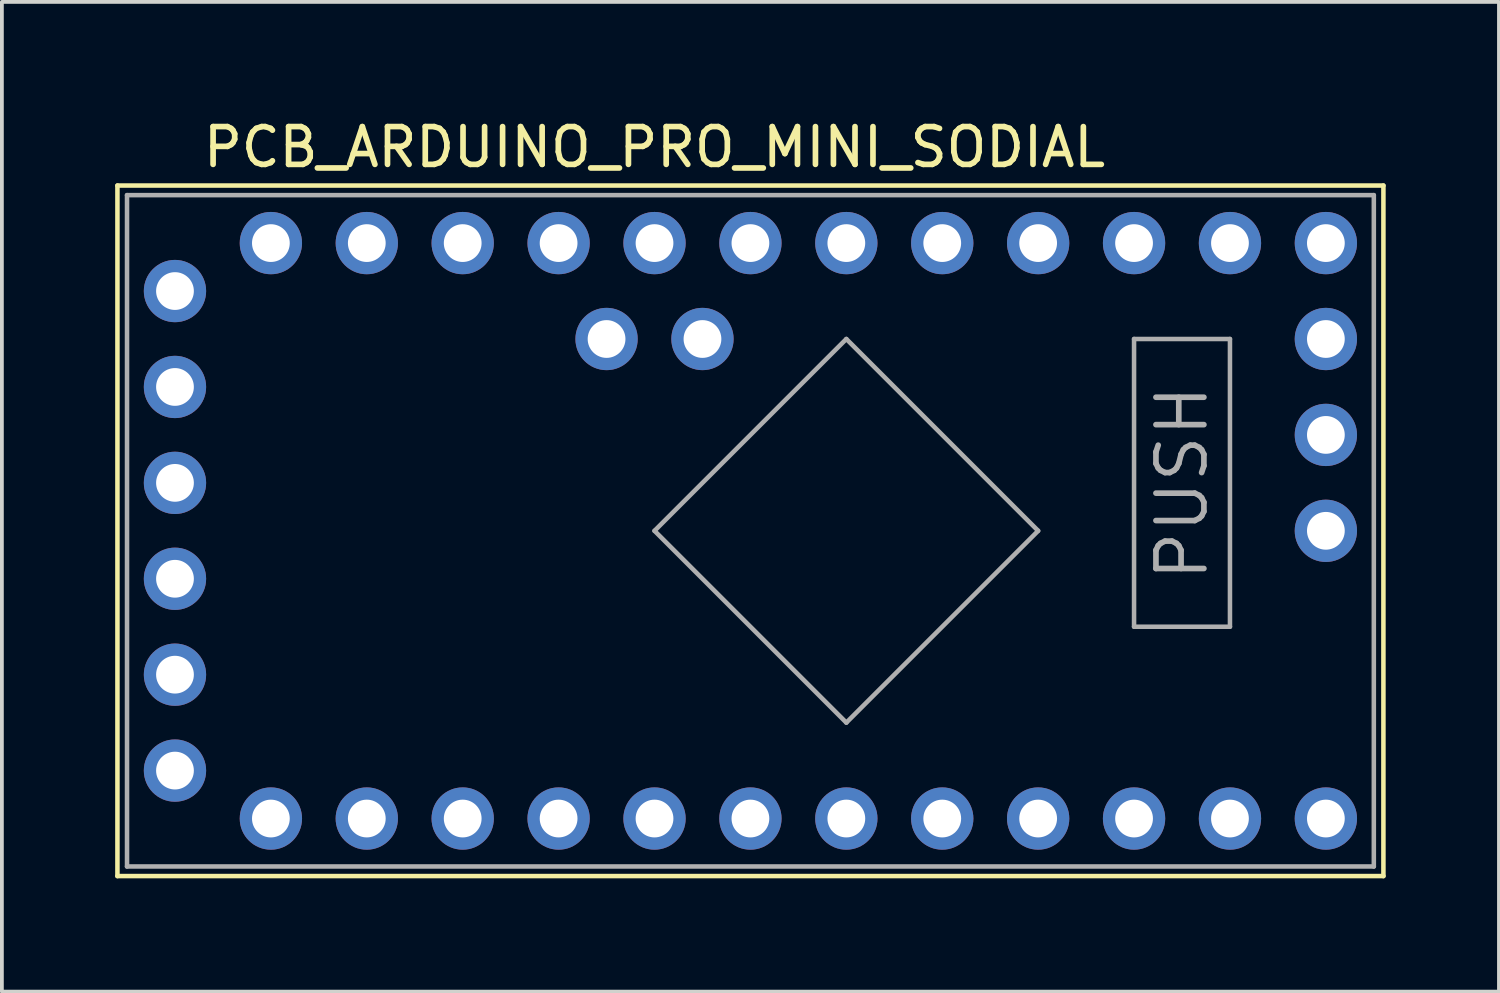
<source format=kicad_pcb>
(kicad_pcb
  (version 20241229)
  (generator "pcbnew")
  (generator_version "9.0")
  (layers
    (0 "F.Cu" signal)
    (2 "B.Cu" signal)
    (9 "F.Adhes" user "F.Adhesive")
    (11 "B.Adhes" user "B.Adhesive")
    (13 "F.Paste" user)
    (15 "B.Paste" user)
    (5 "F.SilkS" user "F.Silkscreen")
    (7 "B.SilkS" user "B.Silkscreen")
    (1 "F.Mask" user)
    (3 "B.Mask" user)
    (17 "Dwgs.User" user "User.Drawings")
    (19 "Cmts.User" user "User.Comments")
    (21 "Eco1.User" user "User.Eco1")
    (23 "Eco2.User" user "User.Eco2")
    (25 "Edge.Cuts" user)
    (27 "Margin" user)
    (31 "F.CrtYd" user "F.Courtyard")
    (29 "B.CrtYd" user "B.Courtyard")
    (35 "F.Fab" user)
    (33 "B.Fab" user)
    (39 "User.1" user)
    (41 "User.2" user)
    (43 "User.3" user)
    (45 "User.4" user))
  (footprint "PCB_ARDUINO_PRO_MINI_SODIAL"
    (layer "F.Cu")
    (at 4.124 3.388)
    (property "Reference" "PCB_ARDUINO_PRO_MINI_SODIAL" (at 10.16 -2.54 0) (layer "F.SilkS") (effects (font (size 1 1) (thickness 0.15))))
    (attr through_hole)
    (fp_line (start -4.064 -1.524) (end -4.064 16.764) (stroke (width 0.12) (type solid)) (layer "F.SilkS"))
    (fp_line (start -4.064 16.764) (end 29.464 16.764) (stroke (width 0.12) (type solid)) (layer "F.SilkS"))
    (fp_line (start 29.464 -1.524) (end -4.064 -1.524) (stroke (width 0.12) (type solid)) (layer "F.SilkS"))
    (fp_line (start 29.464 16.764) (end 29.464 -1.524) (stroke (width 0.12) (type solid)) (layer "F.SilkS"))
    (fp_line (start -3.81 -1.27) (end 29.21 -1.27) (stroke (width 0.12) (type solid)) (layer "F.Fab"))
    (fp_line (start -3.81 16.51) (end -3.81 -1.27) (stroke (width 0.12) (type solid)) (layer "F.Fab"))
    (fp_line (start 10.16 7.62) (end 15.24 12.7) (stroke (width 0.12) (type solid)) (layer "F.Fab"))
    (fp_line (start 15.24 2.54) (end 10.16 7.62) (stroke (width 0.12) (type solid)) (layer "F.Fab"))
    (fp_line (start 15.24 12.7) (end 20.32 7.62) (stroke (width 0.12) (type solid)) (layer "F.Fab"))
    (fp_line (start 20.32 7.62) (end 15.24 2.54) (stroke (width 0.12) (type solid)) (layer "F.Fab"))
    (fp_line (start 22.86 2.54) (end 25.4 2.54) (stroke (width 0.12) (type solid)) (layer "F.Fab"))
    (fp_line (start 22.86 10.16) (end 22.86 2.54) (stroke (width 0.12) (type solid)) (layer "F.Fab"))
    (fp_line (start 25.4 2.54) (end 25.4 10.16) (stroke (width 0.12) (type solid)) (layer "F.Fab"))
    (fp_line (start 25.4 10.16) (end 22.86 10.16) (stroke (width 0.12) (type solid)) (layer "F.Fab"))
    (fp_line (start 29.21 -1.27) (end 29.21 16.51) (stroke (width 0.12) (type solid)) (layer "F.Fab"))
    (fp_line (start 29.21 16.51) (end -3.81 16.51) (stroke (width 0.12) (type solid)) (layer "F.Fab"))
    (fp_text user "PUSH" (at 24.13 6.35 90) (layer "F.Fab") (effects (font (size 1.27 1.27) (thickness 0.15))))
    (pad "A0" thru_hole circle (at 17.78 0) (size 1.65 1.65) (drill 1) (layers "*.Cu" "*.Mask"))
    (pad "A1" thru_hole circle (at 15.24 0) (size 1.65 1.65) (drill 1) (layers "*.Cu" "*.Mask"))
    (pad "A2" thru_hole circle (at 12.7 0) (size 1.65 1.65) (drill 1) (layers "*.Cu" "*.Mask"))
    (pad "A3" thru_hole circle (at 10.16 0) (size 1.65 1.65) (drill 1) (layers "*.Cu" "*.Mask"))
    (pad "A4" thru_hole circle (at 11.43 2.54) (size 1.65 1.65) (drill 1) (layers "*.Cu" "*.Mask"))
    (pad "A5" thru_hole circle (at 8.89 2.54) (size 1.65 1.65) (drill 1) (layers "*.Cu" "*.Mask"))
    (pad "A6" thru_hole circle (at 27.94 5.08) (size 1.65 1.65) (drill 1) (layers "*.Cu" "*.Mask"))
    (pad "A7" thru_hole circle (at 27.94 2.54) (size 1.65 1.65) (drill 1) (layers "*.Cu" "*.Mask"))
    (pad "D2" thru_hole circle (at 10.16 15.24) (size 1.65 1.65) (drill 1) (layers "*.Cu" "*.Mask"))
    (pad "D3" thru_hole circle (at 12.7 15.24) (size 1.65 1.65) (drill 1) (layers "*.Cu" "*.Mask"))
    (pad "D4" thru_hole circle (at 15.24 15.24) (size 1.65 1.65) (drill 1) (layers "*.Cu" "*.Mask"))
    (pad "D5" thru_hole circle (at 17.78 15.24) (size 1.65 1.65) (drill 1) (layers "*.Cu" "*.Mask"))
    (pad "D6" thru_hole circle (at 20.32 15.24) (size 1.65 1.65) (drill 1) (layers "*.Cu" "*.Mask"))
    (pad "D7" thru_hole circle (at 22.86 15.24) (size 1.65 1.65) (drill 1) (layers "*.Cu" "*.Mask"))
    (pad "D8" thru_hole circle (at 25.4 15.24) (size 1.65 1.65) (drill 1) (layers "*.Cu" "*.Mask"))
    (pad "D9" thru_hole circle (at 27.94 15.24) (size 1.65 1.65) (drill 1) (layers "*.Cu" "*.Mask"))
    (pad "D10" thru_hole circle (at 27.94 0) (size 1.65 1.65) (drill 1) (layers "*.Cu" "*.Mask"))
    (pad "D11" thru_hole circle (at 25.4 0) (size 1.65 1.65) (drill 1) (layers "*.Cu" "*.Mask"))
    (pad "D12" thru_hole circle (at 22.86 0) (size 1.65 1.65) (drill 1) (layers "*.Cu" "*.Mask"))
    (pad "D13" thru_hole circle (at 20.32 0) (size 1.65 1.65) (drill 1) (layers "*.Cu" "*.Mask"))
    (pad "DTR" thru_hole circle (at -2.54 13.97) (size 1.65 1.65) (drill 1) (layers "*.Cu" "*.Mask"))
    (pad "GND" thru_hole circle (at -2.54 1.27) (size 1.65 1.65) (drill 1) (layers "*.Cu" "*.Mask"))
    (pad "GND" thru_hole circle (at -2.54 3.81) (size 1.65 1.65) (drill 1) (layers "*.Cu" "*.Mask"))
    (pad "GND" thru_hole circle (at 2.54 0) (size 1.65 1.65) (drill 1) (layers "*.Cu" "*.Mask"))
    (pad "GND" thru_hole circle (at 7.62 15.24) (size 1.65 1.65) (drill 1) (layers "*.Cu" "*.Mask"))
    (pad "GND" thru_hole circle (at 27.94 7.62) (size 1.65 1.65) (drill 1) (layers "*.Cu" "*.Mask"))
    (pad "RAW" thru_hole circle (at 0 0) (size 1.65 1.65) (drill 1) (layers "*.Cu" "*.Mask"))
    (pad "RESET" thru_hole circle (at 5.08 0) (size 1.65 1.65) (drill 1) (layers "*.Cu" "*.Mask"))
    (pad "RESET" thru_hole circle (at 5.08 15.24) (size 1.65 1.65) (drill 1) (layers "*.Cu" "*.Mask"))
    (pad "RXI" thru_hole circle (at -2.54 8.89) (size 1.65 1.65) (drill 1) (layers "*.Cu" "*.Mask"))
    (pad "RXI" thru_hole circle (at 2.54 15.24) (size 1.65 1.65) (drill 1) (layers "*.Cu" "*.Mask"))
    (pad "TXO" thru_hole circle (at -2.54 11.43) (size 1.65 1.65) (drill 1) (layers "*.Cu" "*.Mask"))
    (pad "TXO" thru_hole circle (at 0 15.24) (size 1.65 1.65) (drill 1) (layers "*.Cu" "*.Mask"))
    (pad "VCC" thru_hole circle (at -2.54 6.35) (size 1.65 1.65) (drill 1) (layers "*.Cu" "*.Mask"))
    (pad "VCC" thru_hole circle (at 7.62 0) (size 1.65 1.65) (drill 1) (layers "*.Cu" "*.Mask")))
  (gr_rect
    (start -3 -3)
    (end 36.648 23.212)
    (stroke (width 0.1) (type default))
    (fill no)
    (layer "Edge.Cuts")))
</source>
